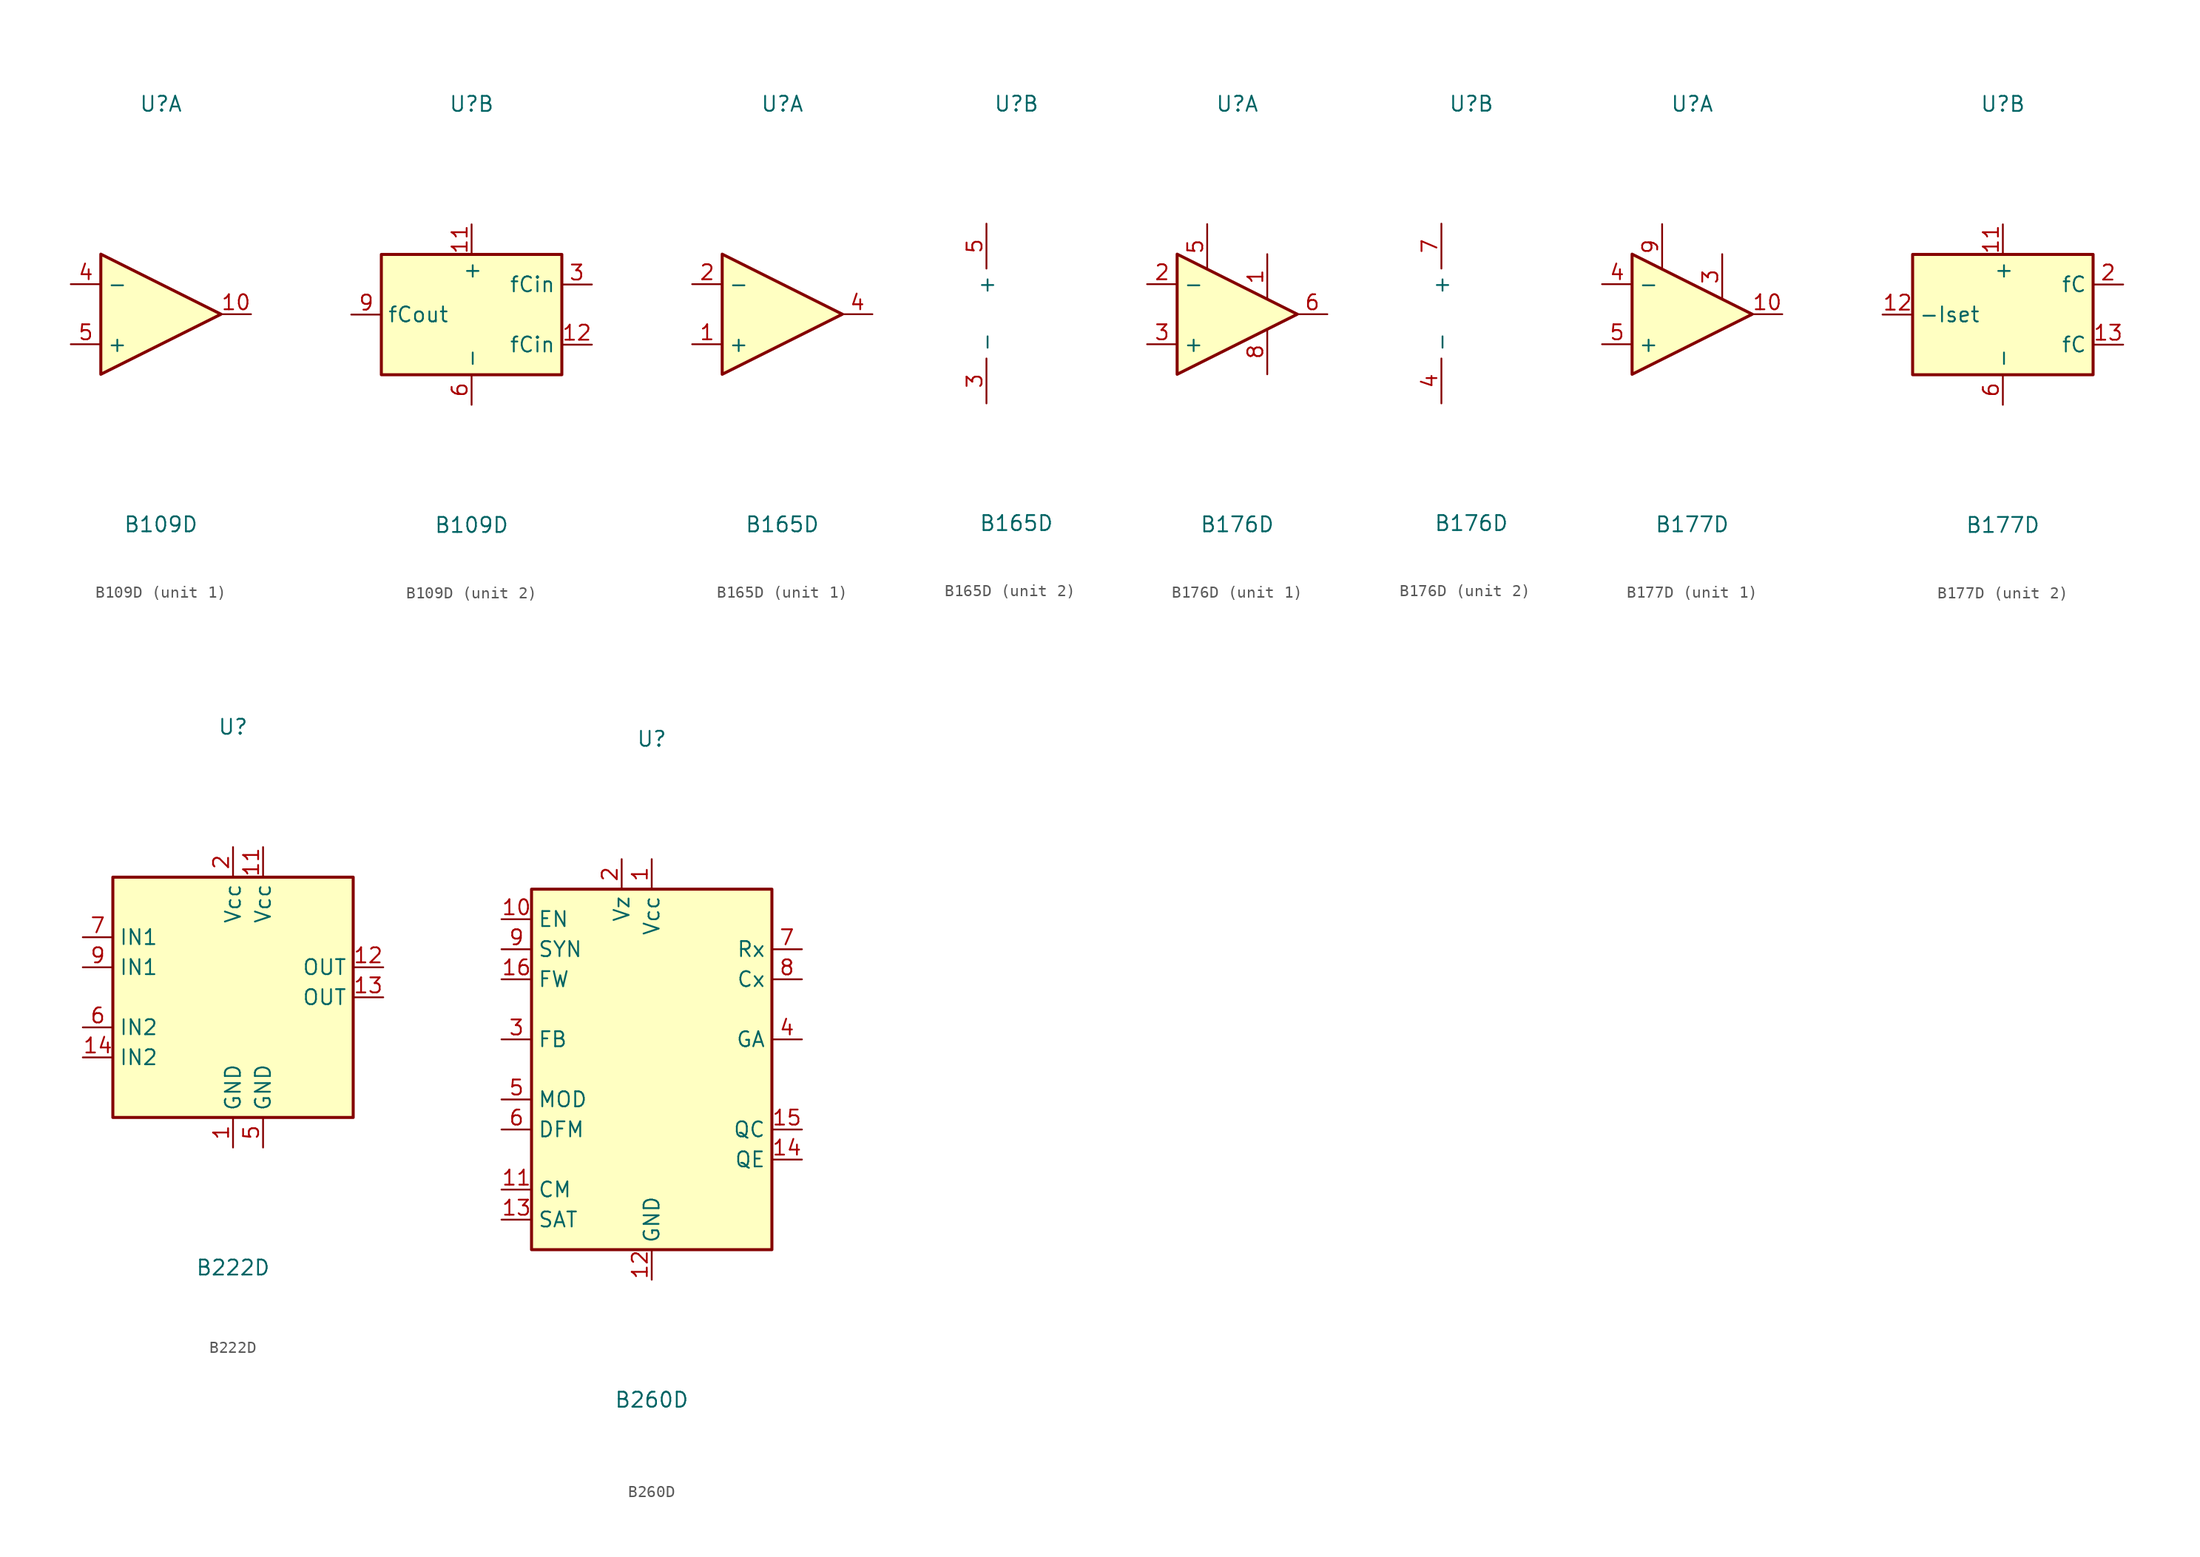
<source format=kicad_sym>
(kicad_symbol_lib
  (version 20241209)
  (generator "kicad_symbol_editor")
  (generator_version "9.0")
  (symbol "B109D"
    (property "Reference" "U"
      (at 0 17.78 0)
      (effects (font (size 1.27 1.27))))
    (property "Value" "B109D"
      (at 0 -17.78 0)
      (effects (font (size 1.27 1.27))))
    (property "ki_locked" ""
      (at 0 0 0)
      (effects (font (size 1.27 1.27))))
    (symbol "B109D_1_1"
      (polyline (pts (xy -5.08 5.08) (xy 5.08 0) (xy -5.08 -5.08) (xy -5.08 5.08)) (stroke (width 0.254) (type default)) (fill (type background)))
      (pin input line (at -7.62 2.54 0) (length 2.54) (name "-" (effects (font (size 1.27 1.27)))) (number "4" (effects (font (size 1.27 1.27)))))
      (pin input line (at -7.62 -2.54 0) (length 2.54) (name "+" (effects (font (size 1.27 1.27)))) (number "5" (effects (font (size 1.27 1.27)))))
      (pin output line (at 7.62 0 180) (length 2.54) (name "~" (effects (font (size 1.27 1.27)))) (number "10" (effects (font (size 1.27 1.27))))))
    (symbol "B109D_2_1"
      (rectangle (start -7.62 5.08) (end 7.62 -5.08) (stroke (width 0.254) (type default)) (fill (type background)))
      (pin passive line (at -10.16 0 0) (length 2.54) (name "fCout" (effects (font (size 1.27 1.27)))) (number "9" (effects (font (size 1.27 1.27)))))
      (pin no_connect line (at -7.62 2.54 0) (length 2.54) (hide yes) (name "~" (effects (font (size 1.27 1.27)))) (number "1" (effects (font (size 1.27 1.27)))))
      (pin no_connect line (at -7.62 -2.54 0) (length 2.54) (hide yes) (name "~" (effects (font (size 1.27 1.27)))) (number "2" (effects (font (size 1.27 1.27)))))
      (pin no_connect line (at -5.08 5.08 270) (length 2.54) (hide yes) (name "~" (effects (font (size 1.27 1.27)))) (number "7" (effects (font (size 1.27 1.27)))))
      (pin no_connect line (at -2.54 5.08 270) (length 2.54) (hide yes) (name "~" (effects (font (size 1.27 1.27)))) (number "8" (effects (font (size 1.27 1.27)))))
      (pin power_in line (at 0 7.62 270) (length 2.54) (name "+" (effects (font (size 1.27 1.27)))) (number "11" (effects (font (size 1.27 1.27)))))
      (pin power_in line (at 0 -7.62 90) (length 2.54) (name "-" (effects (font (size 1.27 1.27)))) (number "6" (effects (font (size 1.27 1.27)))))
      (pin no_connect line (at 2.54 5.08 270) (length 2.54) (hide yes) (name "~" (effects (font (size 1.27 1.27)))) (number "13" (effects (font (size 1.27 1.27)))))
      (pin no_connect line (at 5.08 5.08 270) (length 2.54) (hide yes) (name "~" (effects (font (size 1.27 1.27)))) (number "14" (effects (font (size 1.27 1.27)))))
      (pin passive line (at 10.16 2.54 180) (length 2.54) (name "fCin" (effects (font (size 1.27 1.27)))) (number "3" (effects (font (size 1.27 1.27)))))
      (pin passive line (at 10.16 -2.54 180) (length 2.54) (name "fCin" (effects (font (size 1.27 1.27)))) (number "12" (effects (font (size 1.27 1.27)))))))
  (symbol "B165D"
    (property "Reference" "U"
      (at 0 17.78 0)
      (effects (font (size 1.27 1.27))))
    (property "Value" "B165D"
      (at 0 -17.78 0)
      (effects (font (size 1.27 1.27))))
    (symbol "B165D_1_1"
      (polyline (pts (xy -5.08 5.08) (xy 5.08 0) (xy -5.08 -5.08) (xy -5.08 5.08)) (stroke (width 0.254) (type default)) (fill (type background)))
      (pin input line (at -7.62 2.54 0) (length 2.54) (name "-" (effects (font (size 1.27 1.27)))) (number "2" (effects (font (size 1.27 1.27)))))
      (pin input line (at -7.62 -2.54 0) (length 2.54) (name "+" (effects (font (size 1.27 1.27)))) (number "1" (effects (font (size 1.27 1.27)))))
      (pin output line (at 7.62 0 180) (length 2.54) (name "~" (effects (font (size 1.27 1.27)))) (number "4" (effects (font (size 1.27 1.27))))))
    (symbol "B165D_2_1"
      (pin power_in line (at -2.54 7.62 270) (length 3.81) (name "+" (effects (font (size 1.27 1.27)))) (number "5" (effects (font (size 1.27 1.27)))))
      (pin power_in line (at -2.54 -7.62 90) (length 3.81) (name "-" (effects (font (size 1.27 1.27)))) (number "3" (effects (font (size 1.27 1.27)))))))
  (symbol "B176D"
    (property "Reference" "U"
      (at 0 17.78 0)
      (effects (font (size 1.27 1.27))))
    (property "Value" "B176D"
      (at 0 -17.78 0)
      (effects (font (size 1.27 1.27))))
    (property "ki_locked" ""
      (at 0 0 0)
      (effects (font (size 1.27 1.27))))
    (symbol "B176D_1_1"
      (polyline (pts (xy -5.08 5.08) (xy 5.08 0) (xy -5.08 -5.08) (xy -5.08 5.08)) (stroke (width 0.254) (type default)) (fill (type background)))
      (pin input line (at -7.62 2.54 0) (length 2.54) (name "-" (effects (font (size 1.27 1.27)))) (number "2" (effects (font (size 1.27 1.27)))))
      (pin input line (at -7.62 -2.54 0) (length 2.54) (name "+" (effects (font (size 1.27 1.27)))) (number "3" (effects (font (size 1.27 1.27)))))
      (pin passive line (at -2.54 7.62 270) (length 3.81) (name "~" (effects (font (size 1.27 1.27)))) (number "5" (effects (font (size 1.27 1.27)))))
      (pin passive line (at 2.54 5.08 270) (length 3.81) (name "~" (effects (font (size 1.27 1.27)))) (number "1" (effects (font (size 1.27 1.27)))))
      (pin passive line (at 2.54 -5.08 90) (length 3.81) (name "~" (effects (font (size 1.27 1.27)))) (number "8" (effects (font (size 1.27 1.27)))))
      (pin output line (at 7.62 0 180) (length 2.54) (name "~" (effects (font (size 1.27 1.27)))) (number "6" (effects (font (size 1.27 1.27))))))
    (symbol "B176D_2_1"
      (pin power_in line (at -2.54 7.62 270) (length 3.81) (name "+" (effects (font (size 1.27 1.27)))) (number "7" (effects (font (size 1.27 1.27)))))
      (pin power_in line (at -2.54 -7.62 90) (length 3.81) (name "-" (effects (font (size 1.27 1.27)))) (number "4" (effects (font (size 1.27 1.27)))))))
  (symbol "B177D"
    (property "Reference" "U"
      (at 0 17.78 0)
      (effects (font (size 1.27 1.27))))
    (property "Value" "B177D"
      (at 0 -17.78 0)
      (effects (font (size 1.27 1.27))))
    (property "ki_locked" ""
      (at 0 0 0)
      (effects (font (size 1.27 1.27))))
    (symbol "B177D_1_1"
      (polyline (pts (xy -5.08 5.08) (xy 5.08 0) (xy -5.08 -5.08) (xy -5.08 5.08)) (stroke (width 0.254) (type default)) (fill (type background)))
      (pin input line (at -7.62 2.54 0) (length 2.54) (name "-" (effects (font (size 1.27 1.27)))) (number "4" (effects (font (size 1.27 1.27)))))
      (pin input line (at -7.62 -2.54 0) (length 2.54) (name "+" (effects (font (size 1.27 1.27)))) (number "5" (effects (font (size 1.27 1.27)))))
      (pin passive line (at -2.54 7.62 270) (length 3.81) (name "~" (effects (font (size 1.27 1.27)))) (number "9" (effects (font (size 1.27 1.27)))))
      (pin passive line (at 2.54 5.08 270) (length 3.81) (name "~" (effects (font (size 1.27 1.27)))) (number "3" (effects (font (size 1.27 1.27)))))
      (pin output line (at 7.62 0 180) (length 2.54) (name "~" (effects (font (size 1.27 1.27)))) (number "10" (effects (font (size 1.27 1.27))))))
    (symbol "B177D_2_1"
      (rectangle (start -7.62 5.08) (end 7.62 -5.08) (stroke (width 0.254) (type default)) (fill (type background)))
      (pin input line (at -10.16 0 0) (length 2.54) (name "-Iset" (effects (font (size 1.27 1.27)))) (number "12" (effects (font (size 1.27 1.27)))))
      (pin no_connect line (at -5.08 5.08 270) (length 2.54) (hide yes) (name "~" (effects (font (size 1.27 1.27)))) (number "1" (effects (font (size 1.27 1.27)))))
      (pin no_connect line (at -2.54 5.08 270) (length 2.54) (hide yes) (name "~" (effects (font (size 1.27 1.27)))) (number "7" (effects (font (size 1.27 1.27)))))
      (pin power_in line (at 0 7.62 270) (length 2.54) (name "+" (effects (font (size 1.27 1.27)))) (number "11" (effects (font (size 1.27 1.27)))))
      (pin power_in line (at 0 -7.62 90) (length 2.54) (name "-" (effects (font (size 1.27 1.27)))) (number "6" (effects (font (size 1.27 1.27)))))
      (pin no_connect line (at 2.54 5.08 270) (length 2.54) (hide yes) (name "~" (effects (font (size 1.27 1.27)))) (number "8" (effects (font (size 1.27 1.27)))))
      (pin no_connect line (at 5.08 5.08 270) (length 2.54) (hide yes) (name "~" (effects (font (size 1.27 1.27)))) (number "14" (effects (font (size 1.27 1.27)))))
      (pin passive line (at 10.16 2.54 180) (length 2.54) (name "fC" (effects (font (size 1.27 1.27)))) (number "2" (effects (font (size 1.27 1.27)))))
      (pin passive line (at 10.16 -2.54 180) (length 2.54) (name "fC" (effects (font (size 1.27 1.27)))) (number "13" (effects (font (size 1.27 1.27)))))))
  (symbol "B222D"
    (property "Reference" "U"
      (at 0 22.86 0)
      (effects (font (size 1.27 1.27))))
    (property "Value" "B222D"
      (at 0 -22.86 0)
      (effects (font (size 1.27 1.27))))
    (symbol "B222D_0_1"
      (rectangle (start -10.16 10.16) (end 10.16 -10.16) (stroke (width 0.254) (type default)) (fill (type background))))
    (symbol "B222D_1_1"
      (pin input line (at -12.7 5.08 0) (length 2.54) (name "IN1" (effects (font (size 1.27 1.27)))) (number "7" (effects (font (size 1.27 1.27)))))
      (pin input line (at -12.7 2.54 0) (length 2.54) (name "IN1" (effects (font (size 1.27 1.27)))) (number "9" (effects (font (size 1.27 1.27)))))
      (pin input line (at -12.7 -2.54 0) (length 2.54) (name "IN2" (effects (font (size 1.27 1.27)))) (number "6" (effects (font (size 1.27 1.27)))))
      (pin input line (at -12.7 -5.08 0) (length 2.54) (name "IN2" (effects (font (size 1.27 1.27)))) (number "14" (effects (font (size 1.27 1.27)))))
      (pin power_in line (at 0 12.7 270) (length 2.54) (name "Vcc" (effects (font (size 1.27 1.27)))) (number "2" (effects (font (size 1.27 1.27)))))
      (pin power_in line (at 0 -12.7 90) (length 2.54) (name "GND" (effects (font (size 1.27 1.27)))) (number "1" (effects (font (size 1.27 1.27)))))
      (pin power_in line (at 2.54 12.7 270) (length 2.54) (name "Vcc" (effects (font (size 1.27 1.27)))) (number "11" (effects (font (size 1.27 1.27)))))
      (pin power_in line (at 2.54 -12.7 90) (length 2.54) (name "GND" (effects (font (size 1.27 1.27)))) (number "5" (effects (font (size 1.27 1.27)))))
      (pin no_connect line (at 10.16 7.62 180) (length 2.54) (hide yes) (name "~" (effects (font (size 1.27 1.27)))) (number "3" (effects (font (size 1.27 1.27)))))
      (pin no_connect line (at 10.16 5.08 180) (length 2.54) (hide yes) (name "~" (effects (font (size 1.27 1.27)))) (number "4" (effects (font (size 1.27 1.27)))))
      (pin no_connect line (at 10.16 -5.08 180) (length 2.54) (hide yes) (name "res." (effects (font (size 1.27 1.27)))) (number "8" (effects (font (size 1.27 1.27)))))
      (pin no_connect line (at 10.16 -7.62 180) (length 2.54) (hide yes) (name "res." (effects (font (size 1.27 1.27)))) (number "10" (effects (font (size 1.27 1.27)))))
      (pin output line (at 12.7 2.54 180) (length 2.54) (name "OUT" (effects (font (size 1.27 1.27)))) (number "12" (effects (font (size 1.27 1.27)))))
      (pin output line (at 12.7 0 180) (length 2.54) (name "OUT" (effects (font (size 1.27 1.27)))) (number "13" (effects (font (size 1.27 1.27)))))))
  (symbol "B260D"
    (property "Reference" "U"
      (at 0 27.94 0)
      (effects (font (size 1.27 1.27))))
    (property "Value" "B260D"
      (at 0 -27.94 0)
      (effects (font (size 1.27 1.27))))
    (symbol "B260D_0_1"
      (rectangle (start -10.16 15.24) (end 10.16 -15.24) (stroke (width 0.254) (type default)) (fill (type background))))
    (symbol "B260D_1_1"
      (pin input line (at -12.7 12.7 0) (length 2.54) (name "EN" (effects (font (size 1.27 1.27)))) (number "10" (effects (font (size 1.27 1.27)))))
      (pin input line (at -12.7 10.16 0) (length 2.54) (name "SYN" (effects (font (size 1.27 1.27)))) (number "9" (effects (font (size 1.27 1.27)))))
      (pin input line (at -12.7 7.62 0) (length 2.54) (name "FW" (effects (font (size 1.27 1.27)))) (number "16" (effects (font (size 1.27 1.27)))))
      (pin input line (at -12.7 2.54 0) (length 2.54) (name "FB" (effects (font (size 1.27 1.27)))) (number "3" (effects (font (size 1.27 1.27)))))
      (pin input line (at -12.7 -2.54 0) (length 2.54) (name "MOD" (effects (font (size 1.27 1.27)))) (number "5" (effects (font (size 1.27 1.27)))))
      (pin input line (at -12.7 -5.08 0) (length 2.54) (name "DFM" (effects (font (size 1.27 1.27)))) (number "6" (effects (font (size 1.27 1.27)))))
      (pin input line (at -12.7 -10.16 0) (length 2.54) (name "CM" (effects (font (size 1.27 1.27)))) (number "11" (effects (font (size 1.27 1.27)))))
      (pin input line (at -12.7 -12.7 0) (length 2.54) (name "SAT" (effects (font (size 1.27 1.27)))) (number "13" (effects (font (size 1.27 1.27)))))
      (pin power_in line (at -2.54 17.78 270) (length 2.54) (name "Vz" (effects (font (size 1.27 1.27)))) (number "2" (effects (font (size 1.27 1.27)))))
      (pin power_in line (at 0 17.78 270) (length 2.54) (name "Vcc" (effects (font (size 1.27 1.27)))) (number "1" (effects (font (size 1.27 1.27)))))
      (pin power_in line (at 0 -17.78 90) (length 2.54) (name "GND" (effects (font (size 1.27 1.27)))) (number "12" (effects (font (size 1.27 1.27)))))
      (pin passive line (at 12.7 10.16 180) (length 2.54) (name "Rx" (effects (font (size 1.27 1.27)))) (number "7" (effects (font (size 1.27 1.27)))))
      (pin passive line (at 12.7 7.62 180) (length 2.54) (name "Cx" (effects (font (size 1.27 1.27)))) (number "8" (effects (font (size 1.27 1.27)))))
      (pin output line (at 12.7 2.54 180) (length 2.54) (name "GA" (effects (font (size 1.27 1.27)))) (number "4" (effects (font (size 1.27 1.27)))))
      (pin open_collector line (at 12.7 -5.08 180) (length 2.54) (name "QC" (effects (font (size 1.27 1.27)))) (number "15" (effects (font (size 1.27 1.27)))))
      (pin open_emitter line (at 12.7 -7.62 180) (length 2.54) (name "QE" (effects (font (size 1.27 1.27)))) (number "14" (effects (font (size 1.27 1.27))))))))
</source>
